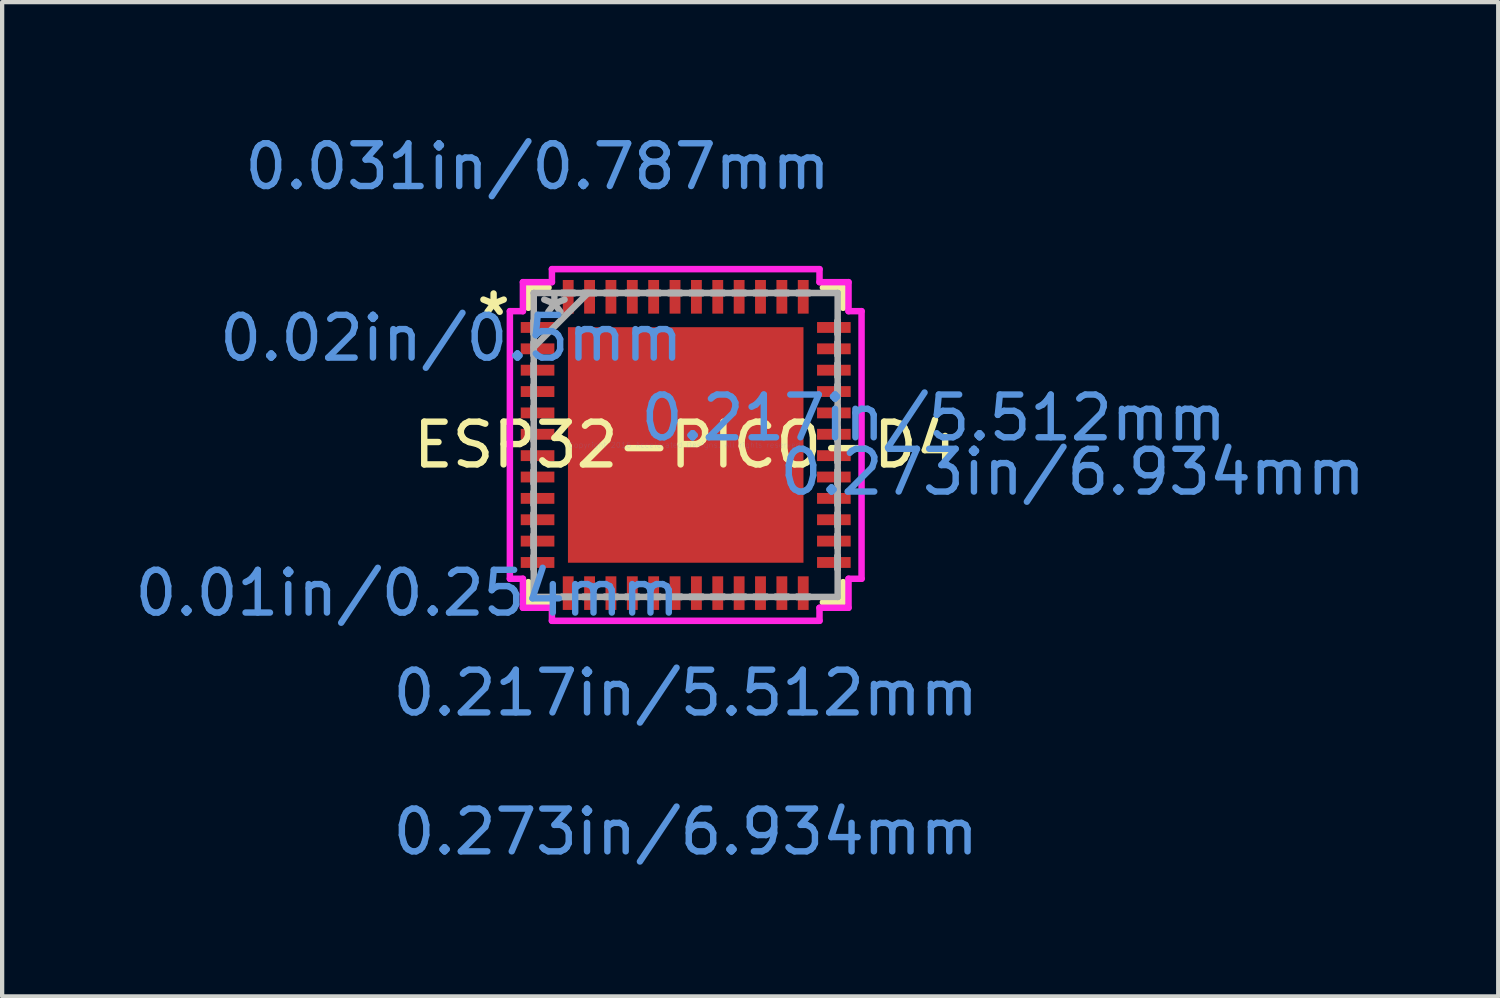
<source format=kicad_pcb>
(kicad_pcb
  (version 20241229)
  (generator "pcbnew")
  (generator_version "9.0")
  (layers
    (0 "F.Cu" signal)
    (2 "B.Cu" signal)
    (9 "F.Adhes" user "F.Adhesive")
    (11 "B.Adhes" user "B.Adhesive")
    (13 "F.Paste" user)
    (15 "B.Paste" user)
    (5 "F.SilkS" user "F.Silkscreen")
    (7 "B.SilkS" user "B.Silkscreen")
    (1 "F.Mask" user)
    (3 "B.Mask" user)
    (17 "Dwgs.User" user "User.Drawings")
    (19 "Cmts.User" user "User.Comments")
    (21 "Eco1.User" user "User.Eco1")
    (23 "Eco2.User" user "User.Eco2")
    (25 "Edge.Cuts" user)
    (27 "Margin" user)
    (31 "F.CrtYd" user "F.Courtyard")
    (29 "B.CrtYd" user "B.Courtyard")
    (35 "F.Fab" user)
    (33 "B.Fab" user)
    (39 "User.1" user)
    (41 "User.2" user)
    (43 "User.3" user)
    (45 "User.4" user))
  (footprint "ESP32-PICO-D4"
    (layer "F.Cu")
    (at 12.997 7.363)
    (property "Reference" "ESP32-PICO-D4" (at 0 0 0) (layer "F.SilkS") (effects (font (size 1 1) (thickness 0.15))))
    (attr through_hole)
    (fp_line (start -3.683 -3.683) (end -3.683 -3.21) (stroke (width 0.152) (type solid)) (layer "F.SilkS"))
    (fp_line (start -3.683 3.21) (end -3.683 3.683) (stroke (width 0.152) (type solid)) (layer "F.SilkS"))
    (fp_line (start -3.683 3.683) (end -3.21 3.683) (stroke (width 0.152) (type solid)) (layer "F.SilkS"))
    (fp_line (start -3.21 -3.683) (end -3.683 -3.683) (stroke (width 0.152) (type solid)) (layer "F.SilkS"))
    (fp_line (start 3.21 3.683) (end 3.683 3.683) (stroke (width 0.152) (type solid)) (layer "F.SilkS"))
    (fp_line (start 3.683 -3.683) (end 3.21 -3.683) (stroke (width 0.152) (type solid)) (layer "F.SilkS"))
    (fp_line (start 3.683 -3.21) (end 3.683 -3.683) (stroke (width 0.152) (type solid)) (layer "F.SilkS"))
    (fp_line (start 3.683 3.683) (end 3.683 3.21) (stroke (width 0.152) (type solid)) (layer "F.SilkS"))
    (fp_line (start -4.115 -3.131) (end -3.81 -3.131) (stroke (width 0.152) (type solid)) (layer "F.CrtYd"))
    (fp_line (start -4.115 3.131) (end -4.115 -3.131) (stroke (width 0.152) (type solid)) (layer "F.CrtYd"))
    (fp_line (start -3.81 -3.81) (end -3.131 -3.81) (stroke (width 0.152) (type solid)) (layer "F.CrtYd"))
    (fp_line (start -3.81 -3.131) (end -3.81 -3.81) (stroke (width 0.152) (type solid)) (layer "F.CrtYd"))
    (fp_line (start -3.81 3.131) (end -4.115 3.131) (stroke (width 0.152) (type solid)) (layer "F.CrtYd"))
    (fp_line (start -3.81 3.81) (end -3.81 3.131) (stroke (width 0.152) (type solid)) (layer "F.CrtYd"))
    (fp_line (start -3.131 -4.115) (end 3.131 -4.115) (stroke (width 0.152) (type solid)) (layer "F.CrtYd"))
    (fp_line (start -3.131 -3.81) (end -3.131 -4.115) (stroke (width 0.152) (type solid)) (layer "F.CrtYd"))
    (fp_line (start -3.131 3.81) (end -3.81 3.81) (stroke (width 0.152) (type solid)) (layer "F.CrtYd"))
    (fp_line (start -3.131 4.115) (end -3.131 3.81) (stroke (width 0.152) (type solid)) (layer "F.CrtYd"))
    (fp_line (start 3.131 -4.115) (end 3.131 -3.81) (stroke (width 0.152) (type solid)) (layer "F.CrtYd"))
    (fp_line (start 3.131 -3.81) (end 3.81 -3.81) (stroke (width 0.152) (type solid)) (layer "F.CrtYd"))
    (fp_line (start 3.131 3.81) (end 3.131 4.115) (stroke (width 0.152) (type solid)) (layer "F.CrtYd"))
    (fp_line (start 3.131 4.115) (end -3.131 4.115) (stroke (width 0.152) (type solid)) (layer "F.CrtYd"))
    (fp_line (start 3.81 -3.81) (end 3.81 -3.131) (stroke (width 0.152) (type solid)) (layer "F.CrtYd"))
    (fp_line (start 3.81 -3.131) (end 4.115 -3.131) (stroke (width 0.152) (type solid)) (layer "F.CrtYd"))
    (fp_line (start 3.81 3.131) (end 3.81 3.81) (stroke (width 0.152) (type solid)) (layer "F.CrtYd"))
    (fp_line (start 3.81 3.81) (end 3.131 3.81) (stroke (width 0.152) (type solid)) (layer "F.CrtYd"))
    (fp_line (start 4.115 -3.131) (end 4.115 3.131) (stroke (width 0.152) (type solid)) (layer "F.CrtYd"))
    (fp_line (start 4.115 3.131) (end 3.81 3.131) (stroke (width 0.152) (type solid)) (layer "F.CrtYd"))
    (fp_line (start -3.556 -3.556) (end -3.556 -3.556) (stroke (width 0.152) (type solid)) (layer "F.Fab"))
    (fp_line (start -3.556 -3.556) (end -3.556 3.556) (stroke (width 0.152) (type solid)) (layer "F.Fab"))
    (fp_line (start -3.556 -2.902) (end -3.556 -2.902) (stroke (width 0.152) (type solid)) (layer "F.Fab"))
    (fp_line (start -3.556 -2.902) (end -3.556 -2.598) (stroke (width 0.152) (type solid)) (layer "F.Fab"))
    (fp_line (start -3.556 -2.598) (end -3.556 -2.902) (stroke (width 0.152) (type solid)) (layer "F.Fab"))
    (fp_line (start -3.556 -2.598) (end -3.556 -2.598) (stroke (width 0.152) (type solid)) (layer "F.Fab"))
    (fp_line (start -3.556 -2.402) (end -3.556 -2.402) (stroke (width 0.152) (type solid)) (layer "F.Fab"))
    (fp_line (start -3.556 -2.402) (end -3.556 -2.098) (stroke (width 0.152) (type solid)) (layer "F.Fab"))
    (fp_line (start -3.556 -2.286) (end -2.286 -3.556) (stroke (width 0.152) (type solid)) (layer "F.Fab"))
    (fp_line (start -3.556 -2.098) (end -3.556 -2.402) (stroke (width 0.152) (type solid)) (layer "F.Fab"))
    (fp_line (start -3.556 -2.098) (end -3.556 -2.098) (stroke (width 0.152) (type solid)) (layer "F.Fab"))
    (fp_line (start -3.556 -1.902) (end -3.556 -1.902) (stroke (width 0.152) (type solid)) (layer "F.Fab"))
    (fp_line (start -3.556 -1.902) (end -3.556 -1.598) (stroke (width 0.152) (type solid)) (layer "F.Fab"))
    (fp_line (start -3.556 -1.598) (end -3.556 -1.902) (stroke (width 0.152) (type solid)) (layer "F.Fab"))
    (fp_line (start -3.556 -1.598) (end -3.556 -1.598) (stroke (width 0.152) (type solid)) (layer "F.Fab"))
    (fp_line (start -3.556 -1.402) (end -3.556 -1.402) (stroke (width 0.152) (type solid)) (layer "F.Fab"))
    (fp_line (start -3.556 -1.402) (end -3.556 -1.098) (stroke (width 0.152) (type solid)) (layer "F.Fab"))
    (fp_line (start -3.556 -1.098) (end -3.556 -1.402) (stroke (width 0.152) (type solid)) (layer "F.Fab"))
    (fp_line (start -3.556 -1.098) (end -3.556 -1.098) (stroke (width 0.152) (type solid)) (layer "F.Fab"))
    (fp_line (start -3.556 -0.902) (end -3.556 -0.902) (stroke (width 0.152) (type solid)) (layer "F.Fab"))
    (fp_line (start -3.556 -0.902) (end -3.556 -0.598) (stroke (width 0.152) (type solid)) (layer "F.Fab"))
    (fp_line (start -3.556 -0.598) (end -3.556 -0.902) (stroke (width 0.152) (type solid)) (layer "F.Fab"))
    (fp_line (start -3.556 -0.598) (end -3.556 -0.598) (stroke (width 0.152) (type solid)) (layer "F.Fab"))
    (fp_line (start -3.556 -0.402) (end -3.556 -0.402) (stroke (width 0.152) (type solid)) (layer "F.Fab"))
    (fp_line (start -3.556 -0.402) (end -3.556 -0.098) (stroke (width 0.152) (type solid)) (layer "F.Fab"))
    (fp_line (start -3.556 -0.098) (end -3.556 -0.402) (stroke (width 0.152) (type solid)) (layer "F.Fab"))
    (fp_line (start -3.556 -0.098) (end -3.556 -0.098) (stroke (width 0.152) (type solid)) (layer "F.Fab"))
    (fp_line (start -3.556 0.098) (end -3.556 0.098) (stroke (width 0.152) (type solid)) (layer "F.Fab"))
    (fp_line (start -3.556 0.098) (end -3.556 0.402) (stroke (width 0.152) (type solid)) (layer "F.Fab"))
    (fp_line (start -3.556 0.402) (end -3.556 0.098) (stroke (width 0.152) (type solid)) (layer "F.Fab"))
    (fp_line (start -3.556 0.402) (end -3.556 0.402) (stroke (width 0.152) (type solid)) (layer "F.Fab"))
    (fp_line (start -3.556 0.598) (end -3.556 0.598) (stroke (width 0.152) (type solid)) (layer "F.Fab"))
    (fp_line (start -3.556 0.598) (end -3.556 0.902) (stroke (width 0.152) (type solid)) (layer "F.Fab"))
    (fp_line (start -3.556 0.902) (end -3.556 0.598) (stroke (width 0.152) (type solid)) (layer "F.Fab"))
    (fp_line (start -3.556 0.902) (end -3.556 0.902) (stroke (width 0.152) (type solid)) (layer "F.Fab"))
    (fp_line (start -3.556 1.098) (end -3.556 1.098) (stroke (width 0.152) (type solid)) (layer "F.Fab"))
    (fp_line (start -3.556 1.098) (end -3.556 1.402) (stroke (width 0.152) (type solid)) (layer "F.Fab"))
    (fp_line (start -3.556 1.402) (end -3.556 1.098) (stroke (width 0.152) (type solid)) (layer "F.Fab"))
    (fp_line (start -3.556 1.402) (end -3.556 1.402) (stroke (width 0.152) (type solid)) (layer "F.Fab"))
    (fp_line (start -3.556 1.598) (end -3.556 1.598) (stroke (width 0.152) (type solid)) (layer "F.Fab"))
    (fp_line (start -3.556 1.598) (end -3.556 1.902) (stroke (width 0.152) (type solid)) (layer "F.Fab"))
    (fp_line (start -3.556 1.902) (end -3.556 1.598) (stroke (width 0.152) (type solid)) (layer "F.Fab"))
    (fp_line (start -3.556 1.902) (end -3.556 1.902) (stroke (width 0.152) (type solid)) (layer "F.Fab"))
    (fp_line (start -3.556 2.098) (end -3.556 2.098) (stroke (width 0.152) (type solid)) (layer "F.Fab"))
    (fp_line (start -3.556 2.098) (end -3.556 2.402) (stroke (width 0.152) (type solid)) (layer "F.Fab"))
    (fp_line (start -3.556 2.402) (end -3.556 2.098) (stroke (width 0.152) (type solid)) (layer "F.Fab"))
    (fp_line (start -3.556 2.402) (end -3.556 2.402) (stroke (width 0.152) (type solid)) (layer "F.Fab"))
    (fp_line (start -3.556 2.598) (end -3.556 2.598) (stroke (width 0.152) (type solid)) (layer "F.Fab"))
    (fp_line (start -3.556 2.598) (end -3.556 2.902) (stroke (width 0.152) (type solid)) (layer "F.Fab"))
    (fp_line (start -3.556 2.902) (end -3.556 2.598) (stroke (width 0.152) (type solid)) (layer "F.Fab"))
    (fp_line (start -3.556 2.902) (end -3.556 2.902) (stroke (width 0.152) (type solid)) (layer "F.Fab"))
    (fp_line (start -3.556 3.556) (end -3.556 3.556) (stroke (width 0.152) (type solid)) (layer "F.Fab"))
    (fp_line (start -3.556 3.556) (end 3.556 3.556) (stroke (width 0.152) (type solid)) (layer "F.Fab"))
    (fp_line (start -2.902 -3.556) (end -2.902 -3.556) (stroke (width 0.152) (type solid)) (layer "F.Fab"))
    (fp_line (start -2.902 -3.556) (end -2.598 -3.556) (stroke (width 0.152) (type solid)) (layer "F.Fab"))
    (fp_line (start -2.902 3.556) (end -2.902 3.556) (stroke (width 0.152) (type solid)) (layer "F.Fab"))
    (fp_line (start -2.902 3.556) (end -2.598 3.556) (stroke (width 0.152) (type solid)) (layer "F.Fab"))
    (fp_line (start -2.598 -3.556) (end -2.902 -3.556) (stroke (width 0.152) (type solid)) (layer "F.Fab"))
    (fp_line (start -2.598 -3.556) (end -2.598 -3.556) (stroke (width 0.152) (type solid)) (layer "F.Fab"))
    (fp_line (start -2.598 3.556) (end -2.902 3.556) (stroke (width 0.152) (type solid)) (layer "F.Fab"))
    (fp_line (start -2.598 3.556) (end -2.598 3.556) (stroke (width 0.152) (type solid)) (layer "F.Fab"))
    (fp_line (start -2.402 -3.556) (end -2.402 -3.556) (stroke (width 0.152) (type solid)) (layer "F.Fab"))
    (fp_line (start -2.402 -3.556) (end -2.098 -3.556) (stroke (width 0.152) (type solid)) (layer "F.Fab"))
    (fp_line (start -2.402 3.556) (end -2.402 3.556) (stroke (width 0.152) (type solid)) (layer "F.Fab"))
    (fp_line (start -2.402 3.556) (end -2.098 3.556) (stroke (width 0.152) (type solid)) (layer "F.Fab"))
    (fp_line (start -2.098 -3.556) (end -2.402 -3.556) (stroke (width 0.152) (type solid)) (layer "F.Fab"))
    (fp_line (start -2.098 -3.556) (end -2.098 -3.556) (stroke (width 0.152) (type solid)) (layer "F.Fab"))
    (fp_line (start -2.098 3.556) (end -2.402 3.556) (stroke (width 0.152) (type solid)) (layer "F.Fab"))
    (fp_line (start -2.098 3.556) (end -2.098 3.556) (stroke (width 0.152) (type solid)) (layer "F.Fab"))
    (fp_line (start -1.902 -3.556) (end -1.902 -3.556) (stroke (width 0.152) (type solid)) (layer "F.Fab"))
    (fp_line (start -1.902 -3.556) (end -1.598 -3.556) (stroke (width 0.152) (type solid)) (layer "F.Fab"))
    (fp_line (start -1.902 3.556) (end -1.902 3.556) (stroke (width 0.152) (type solid)) (layer "F.Fab"))
    (fp_line (start -1.902 3.556) (end -1.598 3.556) (stroke (width 0.152) (type solid)) (layer "F.Fab"))
    (fp_line (start -1.598 -3.556) (end -1.902 -3.556) (stroke (width 0.152) (type solid)) (layer "F.Fab"))
    (fp_line (start -1.598 -3.556) (end -1.598 -3.556) (stroke (width 0.152) (type solid)) (layer "F.Fab"))
    (fp_line (start -1.598 3.556) (end -1.902 3.556) (stroke (width 0.152) (type solid)) (layer "F.Fab"))
    (fp_line (start -1.598 3.556) (end -1.598 3.556) (stroke (width 0.152) (type solid)) (layer "F.Fab"))
    (fp_line (start -1.402 -3.556) (end -1.402 -3.556) (stroke (width 0.152) (type solid)) (layer "F.Fab"))
    (fp_line (start -1.402 -3.556) (end -1.098 -3.556) (stroke (width 0.152) (type solid)) (layer "F.Fab"))
    (fp_line (start -1.402 3.556) (end -1.402 3.556) (stroke (width 0.152) (type solid)) (layer "F.Fab"))
    (fp_line (start -1.402 3.556) (end -1.098 3.556) (stroke (width 0.152) (type solid)) (layer "F.Fab"))
    (fp_line (start -1.098 -3.556) (end -1.402 -3.556) (stroke (width 0.152) (type solid)) (layer "F.Fab"))
    (fp_line (start -1.098 -3.556) (end -1.098 -3.556) (stroke (width 0.152) (type solid)) (layer "F.Fab"))
    (fp_line (start -1.098 3.556) (end -1.402 3.556) (stroke (width 0.152) (type solid)) (layer "F.Fab"))
    (fp_line (start -1.098 3.556) (end -1.098 3.556) (stroke (width 0.152) (type solid)) (layer "F.Fab"))
    (fp_line (start -0.902 -3.556) (end -0.902 -3.556) (stroke (width 0.152) (type solid)) (layer "F.Fab"))
    (fp_line (start -0.902 -3.556) (end -0.598 -3.556) (stroke (width 0.152) (type solid)) (layer "F.Fab"))
    (fp_line (start -0.902 3.556) (end -0.902 3.556) (stroke (width 0.152) (type solid)) (layer "F.Fab"))
    (fp_line (start -0.902 3.556) (end -0.598 3.556) (stroke (width 0.152) (type solid)) (layer "F.Fab"))
    (fp_line (start -0.598 -3.556) (end -0.902 -3.556) (stroke (width 0.152) (type solid)) (layer "F.Fab"))
    (fp_line (start -0.598 -3.556) (end -0.598 -3.556) (stroke (width 0.152) (type solid)) (layer "F.Fab"))
    (fp_line (start -0.598 3.556) (end -0.902 3.556) (stroke (width 0.152) (type solid)) (layer "F.Fab"))
    (fp_line (start -0.598 3.556) (end -0.598 3.556) (stroke (width 0.152) (type solid)) (layer "F.Fab"))
    (fp_line (start -0.402 -3.556) (end -0.402 -3.556) (stroke (width 0.152) (type solid)) (layer "F.Fab"))
    (fp_line (start -0.402 -3.556) (end -0.098 -3.556) (stroke (width 0.152) (type solid)) (layer "F.Fab"))
    (fp_line (start -0.402 3.556) (end -0.402 3.556) (stroke (width 0.152) (type solid)) (layer "F.Fab"))
    (fp_line (start -0.402 3.556) (end -0.098 3.556) (stroke (width 0.152) (type solid)) (layer "F.Fab"))
    (fp_line (start -0.098 -3.556) (end -0.402 -3.556) (stroke (width 0.152) (type solid)) (layer "F.Fab"))
    (fp_line (start -0.098 -3.556) (end -0.098 -3.556) (stroke (width 0.152) (type solid)) (layer "F.Fab"))
    (fp_line (start -0.098 3.556) (end -0.402 3.556) (stroke (width 0.152) (type solid)) (layer "F.Fab"))
    (fp_line (start -0.098 3.556) (end -0.098 3.556) (stroke (width 0.152) (type solid)) (layer "F.Fab"))
    (fp_line (start 0.098 -3.556) (end 0.098 -3.556) (stroke (width 0.152) (type solid)) (layer "F.Fab"))
    (fp_line (start 0.098 -3.556) (end 0.402 -3.556) (stroke (width 0.152) (type solid)) (layer "F.Fab"))
    (fp_line (start 0.098 3.556) (end 0.098 3.556) (stroke (width 0.152) (type solid)) (layer "F.Fab"))
    (fp_line (start 0.098 3.556) (end 0.402 3.556) (stroke (width 0.152) (type solid)) (layer "F.Fab"))
    (fp_line (start 0.402 -3.556) (end 0.098 -3.556) (stroke (width 0.152) (type solid)) (layer "F.Fab"))
    (fp_line (start 0.402 -3.556) (end 0.402 -3.556) (stroke (width 0.152) (type solid)) (layer "F.Fab"))
    (fp_line (start 0.402 3.556) (end 0.098 3.556) (stroke (width 0.152) (type solid)) (layer "F.Fab"))
    (fp_line (start 0.402 3.556) (end 0.402 3.556) (stroke (width 0.152) (type solid)) (layer "F.Fab"))
    (fp_line (start 0.598 -3.556) (end 0.598 -3.556) (stroke (width 0.152) (type solid)) (layer "F.Fab"))
    (fp_line (start 0.598 -3.556) (end 0.902 -3.556) (stroke (width 0.152) (type solid)) (layer "F.Fab"))
    (fp_line (start 0.598 3.556) (end 0.598 3.556) (stroke (width 0.152) (type solid)) (layer "F.Fab"))
    (fp_line (start 0.598 3.556) (end 0.902 3.556) (stroke (width 0.152) (type solid)) (layer "F.Fab"))
    (fp_line (start 0.902 -3.556) (end 0.598 -3.556) (stroke (width 0.152) (type solid)) (layer "F.Fab"))
    (fp_line (start 0.902 -3.556) (end 0.902 -3.556) (stroke (width 0.152) (type solid)) (layer "F.Fab"))
    (fp_line (start 0.902 3.556) (end 0.598 3.556) (stroke (width 0.152) (type solid)) (layer "F.Fab"))
    (fp_line (start 0.902 3.556) (end 0.902 3.556) (stroke (width 0.152) (type solid)) (layer "F.Fab"))
    (fp_line (start 1.098 -3.556) (end 1.098 -3.556) (stroke (width 0.152) (type solid)) (layer "F.Fab"))
    (fp_line (start 1.098 -3.556) (end 1.402 -3.556) (stroke (width 0.152) (type solid)) (layer "F.Fab"))
    (fp_line (start 1.098 3.556) (end 1.098 3.556) (stroke (width 0.152) (type solid)) (layer "F.Fab"))
    (fp_line (start 1.098 3.556) (end 1.402 3.556) (stroke (width 0.152) (type solid)) (layer "F.Fab"))
    (fp_line (start 1.402 -3.556) (end 1.098 -3.556) (stroke (width 0.152) (type solid)) (layer "F.Fab"))
    (fp_line (start 1.402 -3.556) (end 1.402 -3.556) (stroke (width 0.152) (type solid)) (layer "F.Fab"))
    (fp_line (start 1.402 3.556) (end 1.098 3.556) (stroke (width 0.152) (type solid)) (layer "F.Fab"))
    (fp_line (start 1.402 3.556) (end 1.402 3.556) (stroke (width 0.152) (type solid)) (layer "F.Fab"))
    (fp_line (start 1.598 -3.556) (end 1.598 -3.556) (stroke (width 0.152) (type solid)) (layer "F.Fab"))
    (fp_line (start 1.598 -3.556) (end 1.902 -3.556) (stroke (width 0.152) (type solid)) (layer "F.Fab"))
    (fp_line (start 1.598 3.556) (end 1.598 3.556) (stroke (width 0.152) (type solid)) (layer "F.Fab"))
    (fp_line (start 1.598 3.556) (end 1.902 3.556) (stroke (width 0.152) (type solid)) (layer "F.Fab"))
    (fp_line (start 1.902 -3.556) (end 1.598 -3.556) (stroke (width 0.152) (type solid)) (layer "F.Fab"))
    (fp_line (start 1.902 -3.556) (end 1.902 -3.556) (stroke (width 0.152) (type solid)) (layer "F.Fab"))
    (fp_line (start 1.902 3.556) (end 1.598 3.556) (stroke (width 0.152) (type solid)) (layer "F.Fab"))
    (fp_line (start 1.902 3.556) (end 1.902 3.556) (stroke (width 0.152) (type solid)) (layer "F.Fab"))
    (fp_line (start 2.098 -3.556) (end 2.098 -3.556) (stroke (width 0.152) (type solid)) (layer "F.Fab"))
    (fp_line (start 2.098 -3.556) (end 2.402 -3.556) (stroke (width 0.152) (type solid)) (layer "F.Fab"))
    (fp_line (start 2.098 3.556) (end 2.098 3.556) (stroke (width 0.152) (type solid)) (layer "F.Fab"))
    (fp_line (start 2.098 3.556) (end 2.402 3.556) (stroke (width 0.152) (type solid)) (layer "F.Fab"))
    (fp_line (start 2.402 -3.556) (end 2.098 -3.556) (stroke (width 0.152) (type solid)) (layer "F.Fab"))
    (fp_line (start 2.402 -3.556) (end 2.402 -3.556) (stroke (width 0.152) (type solid)) (layer "F.Fab"))
    (fp_line (start 2.402 3.556) (end 2.098 3.556) (stroke (width 0.152) (type solid)) (layer "F.Fab"))
    (fp_line (start 2.402 3.556) (end 2.402 3.556) (stroke (width 0.152) (type solid)) (layer "F.Fab"))
    (fp_line (start 2.598 -3.556) (end 2.598 -3.556) (stroke (width 0.152) (type solid)) (layer "F.Fab"))
    (fp_line (start 2.598 -3.556) (end 2.902 -3.556) (stroke (width 0.152) (type solid)) (layer "F.Fab"))
    (fp_line (start 2.598 3.556) (end 2.598 3.556) (stroke (width 0.152) (type solid)) (layer "F.Fab"))
    (fp_line (start 2.598 3.556) (end 2.902 3.556) (stroke (width 0.152) (type solid)) (layer "F.Fab"))
    (fp_line (start 2.902 -3.556) (end 2.598 -3.556) (stroke (width 0.152) (type solid)) (layer "F.Fab"))
    (fp_line (start 2.902 -3.556) (end 2.902 -3.556) (stroke (width 0.152) (type solid)) (layer "F.Fab"))
    (fp_line (start 2.902 3.556) (end 2.598 3.556) (stroke (width 0.152) (type solid)) (layer "F.Fab"))
    (fp_line (start 2.902 3.556) (end 2.902 3.556) (stroke (width 0.152) (type solid)) (layer "F.Fab"))
    (fp_line (start 3.556 -3.556) (end -3.556 -3.556) (stroke (width 0.152) (type solid)) (layer "F.Fab"))
    (fp_line (start 3.556 -3.556) (end 3.556 -3.556) (stroke (width 0.152) (type solid)) (layer "F.Fab"))
    (fp_line (start 3.556 -2.902) (end 3.556 -2.902) (stroke (width 0.152) (type solid)) (layer "F.Fab"))
    (fp_line (start 3.556 -2.902) (end 3.556 -2.598) (stroke (width 0.152) (type solid)) (layer "F.Fab"))
    (fp_line (start 3.556 -2.598) (end 3.556 -2.902) (stroke (width 0.152) (type solid)) (layer "F.Fab"))
    (fp_line (start 3.556 -2.598) (end 3.556 -2.598) (stroke (width 0.152) (type solid)) (layer "F.Fab"))
    (fp_line (start 3.556 -2.402) (end 3.556 -2.402) (stroke (width 0.152) (type solid)) (layer "F.Fab"))
    (fp_line (start 3.556 -2.402) (end 3.556 -2.098) (stroke (width 0.152) (type solid)) (layer "F.Fab"))
    (fp_line (start 3.556 -2.098) (end 3.556 -2.402) (stroke (width 0.152) (type solid)) (layer "F.Fab"))
    (fp_line (start 3.556 -2.098) (end 3.556 -2.098) (stroke (width 0.152) (type solid)) (layer "F.Fab"))
    (fp_line (start 3.556 -1.902) (end 3.556 -1.902) (stroke (width 0.152) (type solid)) (layer "F.Fab"))
    (fp_line (start 3.556 -1.902) (end 3.556 -1.598) (stroke (width 0.152) (type solid)) (layer "F.Fab"))
    (fp_line (start 3.556 -1.598) (end 3.556 -1.902) (stroke (width 0.152) (type solid)) (layer "F.Fab"))
    (fp_line (start 3.556 -1.598) (end 3.556 -1.598) (stroke (width 0.152) (type solid)) (layer "F.Fab"))
    (fp_line (start 3.556 -1.402) (end 3.556 -1.402) (stroke (width 0.152) (type solid)) (layer "F.Fab"))
    (fp_line (start 3.556 -1.402) (end 3.556 -1.098) (stroke (width 0.152) (type solid)) (layer "F.Fab"))
    (fp_line (start 3.556 -1.098) (end 3.556 -1.402) (stroke (width 0.152) (type solid)) (layer "F.Fab"))
    (fp_line (start 3.556 -1.098) (end 3.556 -1.098) (stroke (width 0.152) (type solid)) (layer "F.Fab"))
    (fp_line (start 3.556 -0.902) (end 3.556 -0.902) (stroke (width 0.152) (type solid)) (layer "F.Fab"))
    (fp_line (start 3.556 -0.902) (end 3.556 -0.598) (stroke (width 0.152) (type solid)) (layer "F.Fab"))
    (fp_line (start 3.556 -0.598) (end 3.556 -0.902) (stroke (width 0.152) (type solid)) (layer "F.Fab"))
    (fp_line (start 3.556 -0.598) (end 3.556 -0.598) (stroke (width 0.152) (type solid)) (layer "F.Fab"))
    (fp_line (start 3.556 -0.402) (end 3.556 -0.402) (stroke (width 0.152) (type solid)) (layer "F.Fab"))
    (fp_line (start 3.556 -0.402) (end 3.556 -0.098) (stroke (width 0.152) (type solid)) (layer "F.Fab"))
    (fp_line (start 3.556 -0.098) (end 3.556 -0.402) (stroke (width 0.152) (type solid)) (layer "F.Fab"))
    (fp_line (start 3.556 -0.098) (end 3.556 -0.098) (stroke (width 0.152) (type solid)) (layer "F.Fab"))
    (fp_line (start 3.556 0.098) (end 3.556 0.098) (stroke (width 0.152) (type solid)) (layer "F.Fab"))
    (fp_line (start 3.556 0.098) (end 3.556 0.402) (stroke (width 0.152) (type solid)) (layer "F.Fab"))
    (fp_line (start 3.556 0.402) (end 3.556 0.098) (stroke (width 0.152) (type solid)) (layer "F.Fab"))
    (fp_line (start 3.556 0.402) (end 3.556 0.402) (stroke (width 0.152) (type solid)) (layer "F.Fab"))
    (fp_line (start 3.556 0.598) (end 3.556 0.598) (stroke (width 0.152) (type solid)) (layer "F.Fab"))
    (fp_line (start 3.556 0.598) (end 3.556 0.902) (stroke (width 0.152) (type solid)) (layer "F.Fab"))
    (fp_line (start 3.556 0.902) (end 3.556 0.598) (stroke (width 0.152) (type solid)) (layer "F.Fab"))
    (fp_line (start 3.556 0.902) (end 3.556 0.902) (stroke (width 0.152) (type solid)) (layer "F.Fab"))
    (fp_line (start 3.556 1.098) (end 3.556 1.098) (stroke (width 0.152) (type solid)) (layer "F.Fab"))
    (fp_line (start 3.556 1.098) (end 3.556 1.402) (stroke (width 0.152) (type solid)) (layer "F.Fab"))
    (fp_line (start 3.556 1.402) (end 3.556 1.098) (stroke (width 0.152) (type solid)) (layer "F.Fab"))
    (fp_line (start 3.556 1.402) (end 3.556 1.402) (stroke (width 0.152) (type solid)) (layer "F.Fab"))
    (fp_line (start 3.556 1.598) (end 3.556 1.598) (stroke (width 0.152) (type solid)) (layer "F.Fab"))
    (fp_line (start 3.556 1.598) (end 3.556 1.902) (stroke (width 0.152) (type solid)) (layer "F.Fab"))
    (fp_line (start 3.556 1.902) (end 3.556 1.598) (stroke (width 0.152) (type solid)) (layer "F.Fab"))
    (fp_line (start 3.556 1.902) (end 3.556 1.902) (stroke (width 0.152) (type solid)) (layer "F.Fab"))
    (fp_line (start 3.556 2.098) (end 3.556 2.098) (stroke (width 0.152) (type solid)) (layer "F.Fab"))
    (fp_line (start 3.556 2.098) (end 3.556 2.402) (stroke (width 0.152) (type solid)) (layer "F.Fab"))
    (fp_line (start 3.556 2.402) (end 3.556 2.098) (stroke (width 0.152) (type solid)) (layer "F.Fab"))
    (fp_line (start 3.556 2.402) (end 3.556 2.402) (stroke (width 0.152) (type solid)) (layer "F.Fab"))
    (fp_line (start 3.556 2.598) (end 3.556 2.598) (stroke (width 0.152) (type solid)) (layer "F.Fab"))
    (fp_line (start 3.556 2.598) (end 3.556 2.902) (stroke (width 0.152) (type solid)) (layer "F.Fab"))
    (fp_line (start 3.556 2.902) (end 3.556 2.598) (stroke (width 0.152) (type solid)) (layer "F.Fab"))
    (fp_line (start 3.556 2.902) (end 3.556 2.902) (stroke (width 0.152) (type solid)) (layer "F.Fab"))
    (fp_line (start 3.556 3.556) (end 3.556 -3.556) (stroke (width 0.152) (type solid)) (layer "F.Fab"))
    (fp_line (start 3.556 3.556) (end 3.556 3.556) (stroke (width 0.152) (type solid)) (layer "F.Fab"))
    (fp_text user "*" (at -4.496 -3 0) (layer "F.SilkS") (effects (font (size 1 1) (thickness 0.15))))
    (fp_text user "Copyright 2016 Accelerated Designs. All rights reserved." (at 0 0 0) (layer "Cmts.User") (effects (font (size 0.127 0.127) (thickness 0.002))))
    (fp_text user "0.01in/0.254mm" (at -6.515 3.467 0) (layer "Cmts.User") (effects (font (size 1 1) (thickness 0.15))))
    (fp_text user "0.02in/0.5mm" (at -5.486 -2.5 0) (layer "Cmts.User") (effects (font (size 1 1) (thickness 0.15))))
    (fp_text user "0.217in/5.512mm" (at 5.804 -0.635 0) (layer "Cmts.User") (effects (font (size 1 1) (thickness 0.15))))
    (fp_text user "0.273in/6.934mm" (at 0 9.055 0) (layer "Cmts.User") (effects (font (size 1 1) (thickness 0.15))))
    (fp_text user "0.031in/0.787mm" (at -3.467 -6.515 0) (layer "Cmts.User") (effects (font (size 1 1) (thickness 0.15))))
    (fp_text user "0.217in/5.512mm" (at 0 5.804 0) (layer "Cmts.User") (effects (font (size 1 1) (thickness 0.15))))
    (fp_text user "0.273in/6.934mm" (at 9.055 0.635 0) (layer "Cmts.User") (effects (font (size 1 1) (thickness 0.15))))
    (fp_text user "*" (at -3.073 -3 0) (layer "F.Fab") (effects (font (size 1 1) (thickness 0.15))))
    (pad "1" smd rect (at -3.467 -2.75 90) (size 0.254 0.787) (layers "F.Cu" "F.Mask" "F.Paste"))
    (pad "2" smd rect (at -3.467 -2.25 90) (size 0.254 0.787) (layers "F.Cu" "F.Mask" "F.Paste"))
    (pad "3" smd rect (at -3.467 -1.75 90) (size 0.254 0.787) (layers "F.Cu" "F.Mask" "F.Paste"))
    (pad "4" smd rect (at -3.467 -1.25 90) (size 0.254 0.787) (layers "F.Cu" "F.Mask" "F.Paste"))
    (pad "5" smd rect (at -3.467 -0.75 90) (size 0.254 0.787) (layers "F.Cu" "F.Mask" "F.Paste"))
    (pad "6" smd rect (at -3.467 -0.25 90) (size 0.254 0.787) (layers "F.Cu" "F.Mask" "F.Paste"))
    (pad "7" smd rect (at -3.467 0.25 90) (size 0.254 0.787) (layers "F.Cu" "F.Mask" "F.Paste"))
    (pad "8" smd rect (at -3.467 0.75 90) (size 0.254 0.787) (layers "F.Cu" "F.Mask" "F.Paste"))
    (pad "9" smd rect (at -3.467 1.25 90) (size 0.254 0.787) (layers "F.Cu" "F.Mask" "F.Paste"))
    (pad "10" smd rect (at -3.467 1.75 90) (size 0.254 0.787) (layers "F.Cu" "F.Mask" "F.Paste"))
    (pad "11" smd rect (at -3.467 2.25 90) (size 0.254 0.787) (layers "F.Cu" "F.Mask" "F.Paste"))
    (pad "12" smd rect (at -3.467 2.75 90) (size 0.254 0.787) (layers "F.Cu" "F.Mask" "F.Paste"))
    (pad "13" smd rect (at -2.75 3.467) (size 0.254 0.787) (layers "F.Cu" "F.Mask" "F.Paste"))
    (pad "14" smd rect (at -2.25 3.467) (size 0.254 0.787) (layers "F.Cu" "F.Mask" "F.Paste"))
    (pad "15" smd rect (at -1.75 3.467) (size 0.254 0.787) (layers "F.Cu" "F.Mask" "F.Paste"))
    (pad "16" smd rect (at -1.25 3.467) (size 0.254 0.787) (layers "F.Cu" "F.Mask" "F.Paste"))
    (pad "17" smd rect (at -0.75 3.467) (size 0.254 0.787) (layers "F.Cu" "F.Mask" "F.Paste"))
    (pad "18" smd rect (at -0.25 3.467) (size 0.254 0.787) (layers "F.Cu" "F.Mask" "F.Paste"))
    (pad "19" smd rect (at 0.25 3.467) (size 0.254 0.787) (layers "F.Cu" "F.Mask" "F.Paste"))
    (pad "20" smd rect (at 0.75 3.467) (size 0.254 0.787) (layers "F.Cu" "F.Mask" "F.Paste"))
    (pad "21" smd rect (at 1.25 3.467) (size 0.254 0.787) (layers "F.Cu" "F.Mask" "F.Paste"))
    (pad "22" smd rect (at 1.75 3.467) (size 0.254 0.787) (layers "F.Cu" "F.Mask" "F.Paste"))
    (pad "23" smd rect (at 2.25 3.467) (size 0.254 0.787) (layers "F.Cu" "F.Mask" "F.Paste"))
    (pad "24" smd rect (at 2.75 3.467) (size 0.254 0.787) (layers "F.Cu" "F.Mask" "F.Paste"))
    (pad "25" smd rect (at 3.467 2.75 90) (size 0.254 0.787) (layers "F.Cu" "F.Mask" "F.Paste"))
    (pad "26" smd rect (at 3.467 2.25 90) (size 0.254 0.787) (layers "F.Cu" "F.Mask" "F.Paste"))
    (pad "27" smd rect (at 3.467 1.75 90) (size 0.254 0.787) (layers "F.Cu" "F.Mask" "F.Paste"))
    (pad "28" smd rect (at 3.467 1.25 90) (size 0.254 0.787) (layers "F.Cu" "F.Mask" "F.Paste"))
    (pad "29" smd rect (at 3.467 0.75 90) (size 0.254 0.787) (layers "F.Cu" "F.Mask" "F.Paste"))
    (pad "30" smd rect (at 3.467 0.25 90) (size 0.254 0.787) (layers "F.Cu" "F.Mask" "F.Paste"))
    (pad "31" smd rect (at 3.467 -0.25 90) (size 0.254 0.787) (layers "F.Cu" "F.Mask" "F.Paste"))
    (pad "32" smd rect (at 3.467 -0.75 90) (size 0.254 0.787) (layers "F.Cu" "F.Mask" "F.Paste"))
    (pad "33" smd rect (at 3.467 -1.25 90) (size 0.254 0.787) (layers "F.Cu" "F.Mask" "F.Paste"))
    (pad "34" smd rect (at 3.467 -1.75 90) (size 0.254 0.787) (layers "F.Cu" "F.Mask" "F.Paste"))
    (pad "35" smd rect (at 3.467 -2.25 90) (size 0.254 0.787) (layers "F.Cu" "F.Mask" "F.Paste"))
    (pad "36" smd rect (at 3.467 -2.75 90) (size 0.254 0.787) (layers "F.Cu" "F.Mask" "F.Paste"))
    (pad "37" smd rect (at 2.75 -3.467) (size 0.254 0.787) (layers "F.Cu" "F.Mask" "F.Paste"))
    (pad "38" smd rect (at 2.25 -3.467) (size 0.254 0.787) (layers "F.Cu" "F.Mask" "F.Paste"))
    (pad "39" smd rect (at 1.75 -3.467) (size 0.254 0.787) (layers "F.Cu" "F.Mask" "F.Paste"))
    (pad "40" smd rect (at 1.25 -3.467) (size 0.254 0.787) (layers "F.Cu" "F.Mask" "F.Paste"))
    (pad "41" smd rect (at 0.75 -3.467) (size 0.254 0.787) (layers "F.Cu" "F.Mask" "F.Paste"))
    (pad "42" smd rect (at 0.25 -3.467) (size 0.254 0.787) (layers "F.Cu" "F.Mask" "F.Paste"))
    (pad "43" smd rect (at -0.25 -3.467) (size 0.254 0.787) (layers "F.Cu" "F.Mask" "F.Paste"))
    (pad "44" smd rect (at -0.75 -3.467) (size 0.254 0.787) (layers "F.Cu" "F.Mask" "F.Paste"))
    (pad "45" smd rect (at -1.25 -3.467) (size 0.254 0.787) (layers "F.Cu" "F.Mask" "F.Paste"))
    (pad "46" smd rect (at -1.75 -3.467) (size 0.254 0.787) (layers "F.Cu" "F.Mask" "F.Paste"))
    (pad "47" smd rect (at -2.25 -3.467) (size 0.254 0.787) (layers "F.Cu" "F.Mask" "F.Paste"))
    (pad "48" smd rect (at -2.75 -3.467) (size 0.254 0.787) (layers "F.Cu" "F.Mask" "F.Paste"))
    (pad "49" smd rect (at 0 0) (size 5.512 5.512) (layers "F.Cu" "F.Mask" "F.Paste")))
  (gr_rect
    (start -3 -3)
    (end 32.011 20.267)
    (stroke (width 0.1) (type default))
    (fill no)
    (layer "Edge.Cuts")))
</source>
